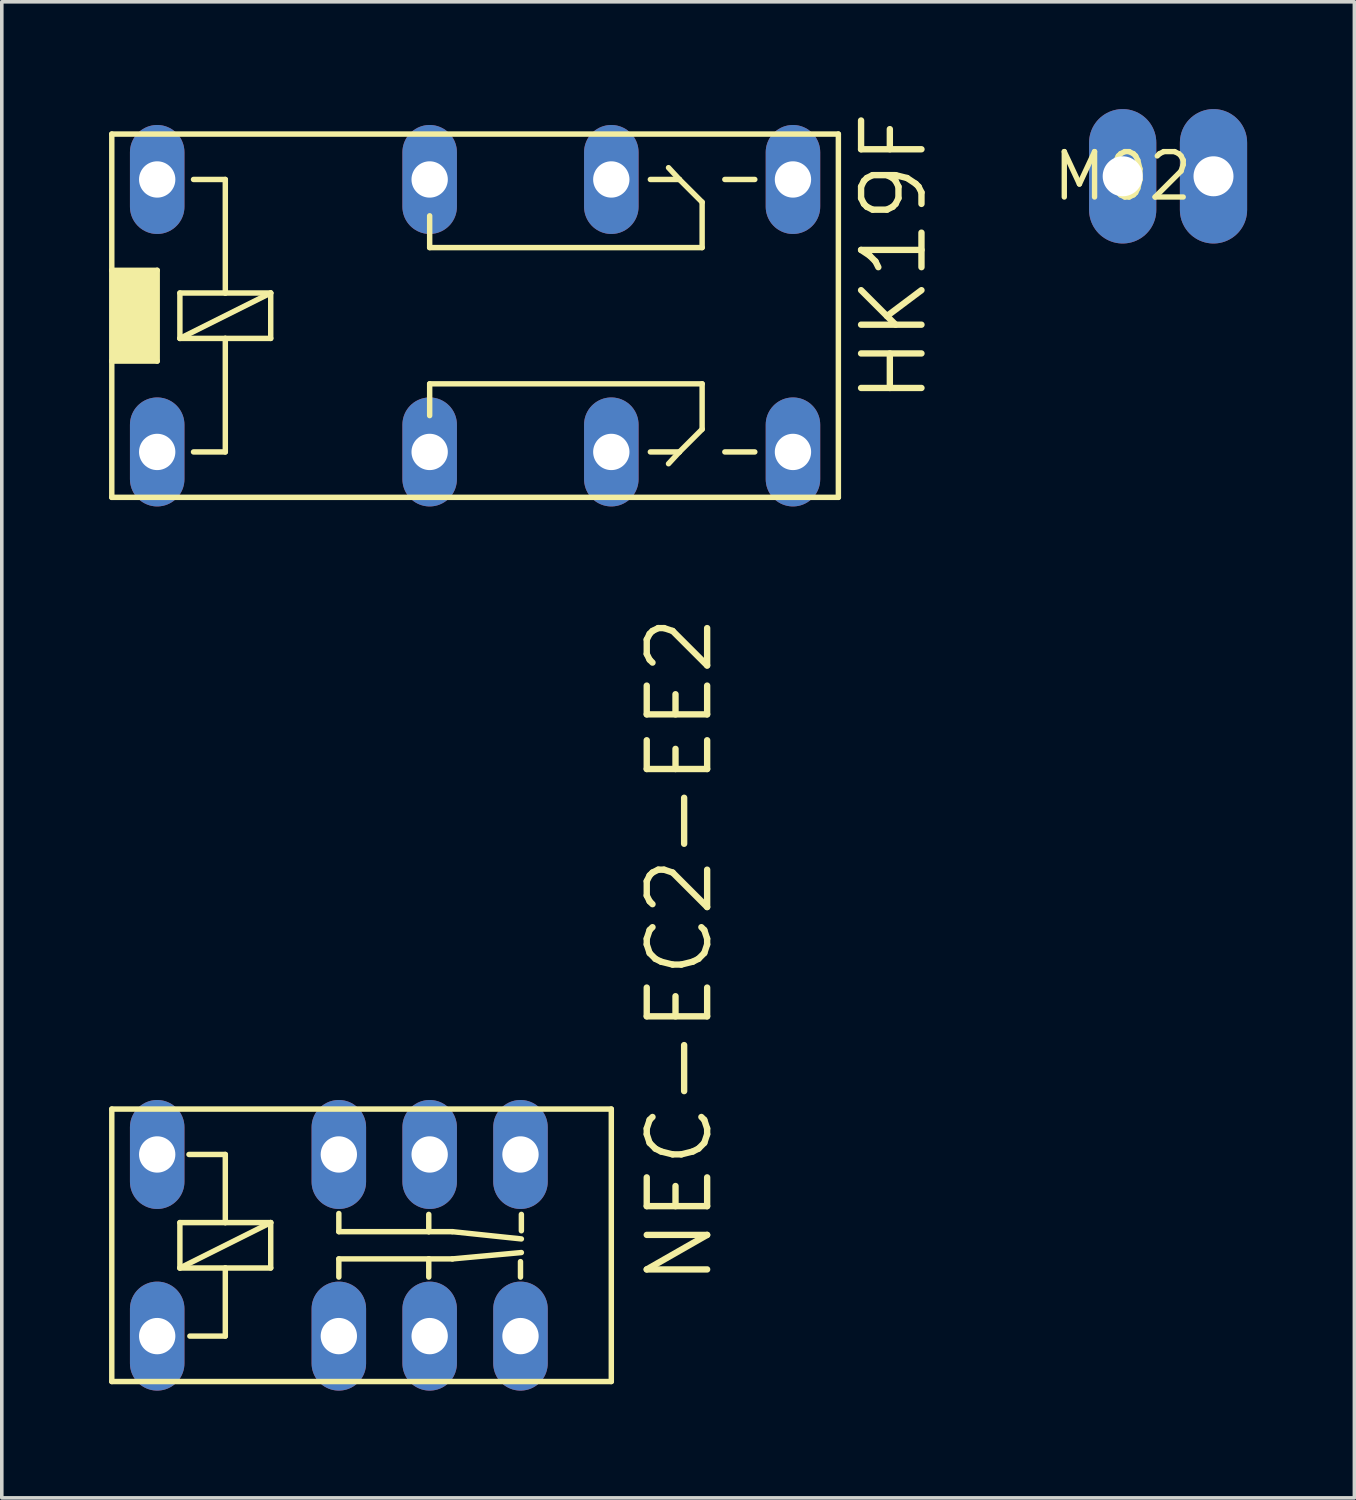
<source format=kicad_pcb>
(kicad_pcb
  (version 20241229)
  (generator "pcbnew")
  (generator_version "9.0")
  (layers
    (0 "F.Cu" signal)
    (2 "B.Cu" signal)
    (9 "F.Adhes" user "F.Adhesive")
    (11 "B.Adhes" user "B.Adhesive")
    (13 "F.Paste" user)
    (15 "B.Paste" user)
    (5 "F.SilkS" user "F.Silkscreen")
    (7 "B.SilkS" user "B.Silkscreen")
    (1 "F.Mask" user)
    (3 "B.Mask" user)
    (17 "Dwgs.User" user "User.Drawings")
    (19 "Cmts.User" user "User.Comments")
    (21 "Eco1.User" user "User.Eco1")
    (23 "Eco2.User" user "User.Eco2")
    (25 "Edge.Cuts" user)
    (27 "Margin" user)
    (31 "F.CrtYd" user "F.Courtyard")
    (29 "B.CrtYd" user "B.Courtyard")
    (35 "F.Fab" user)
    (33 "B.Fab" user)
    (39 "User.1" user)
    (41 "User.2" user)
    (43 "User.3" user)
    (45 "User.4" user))
  (footprint "HK19F"
    (layer "F.Cu")
    (at 5.156 5.779)
    (property "Reference" "HK19F" (at 17.78 2.54 90) (layer "F.SilkS") (effects (font (size 1.689 1.689) (thickness 0.178)) (justify left bottom)))
    (attr through_hole)
    (fp_line (start -5.08 -5.08) (end -5.08 -1.27) (stroke (width 0.152) (type solid)) (layer "F.SilkS"))
    (fp_line (start -5.08 -1.27) (end -5.08 1.27) (stroke (width 0.152) (type solid)) (layer "F.SilkS"))
    (fp_line (start -5.08 -1.27) (end -3.81 -1.27) (stroke (width 0.152) (type solid)) (layer "F.SilkS"))
    (fp_line (start -5.08 1.27) (end -5.08 5.08) (stroke (width 0.152) (type solid)) (layer "F.SilkS"))
    (fp_line (start -5.08 5.08) (end 15.24 5.08) (stroke (width 0.152) (type solid)) (layer "F.SilkS"))
    (fp_line (start -3.81 -1.27) (end -3.81 1.27) (stroke (width 0.152) (type solid)) (layer "F.SilkS"))
    (fp_line (start -3.81 1.27) (end -5.08 1.27) (stroke (width 0.152) (type solid)) (layer "F.SilkS"))
    (fp_line (start -3.175 -0.635) (end -3.175 0.635) (stroke (width 0.152) (type solid)) (layer "F.SilkS"))
    (fp_line (start -3.175 0.635) (end -1.905 0.635) (stroke (width 0.152) (type solid)) (layer "F.SilkS"))
    (fp_line (start -3.175 0.635) (end -0.635 -0.635) (stroke (width 0.152) (type solid)) (layer "F.SilkS"))
    (fp_line (start -2.794 -3.81) (end -1.905 -3.81) (stroke (width 0.152) (type solid)) (layer "F.SilkS"))
    (fp_line (start -1.905 -3.81) (end -1.905 -0.635) (stroke (width 0.152) (type solid)) (layer "F.SilkS"))
    (fp_line (start -1.905 -0.635) (end -3.175 -0.635) (stroke (width 0.152) (type solid)) (layer "F.SilkS"))
    (fp_line (start -1.905 0.635) (end -1.905 3.81) (stroke (width 0.152) (type solid)) (layer "F.SilkS"))
    (fp_line (start -1.905 0.635) (end -0.635 0.635) (stroke (width 0.152) (type solid)) (layer "F.SilkS"))
    (fp_line (start -1.905 3.81) (end -2.794 3.81) (stroke (width 0.152) (type solid)) (layer "F.SilkS"))
    (fp_line (start -0.635 -0.635) (end -1.905 -0.635) (stroke (width 0.152) (type solid)) (layer "F.SilkS"))
    (fp_line (start -0.635 0.635) (end -0.635 -0.635) (stroke (width 0.152) (type solid)) (layer "F.SilkS"))
    (fp_line (start 3.81 -2.794) (end 3.81 -1.905) (stroke (width 0.152) (type solid)) (layer "F.SilkS"))
    (fp_line (start 3.81 -1.905) (end 11.43 -1.905) (stroke (width 0.152) (type solid)) (layer "F.SilkS"))
    (fp_line (start 3.81 1.905) (end 11.43 1.905) (stroke (width 0.152) (type solid)) (layer "F.SilkS"))
    (fp_line (start 3.81 2.794) (end 3.81 1.905) (stroke (width 0.152) (type solid)) (layer "F.SilkS"))
    (fp_line (start 9.982 -3.81) (end 10.795 -3.81) (stroke (width 0.152) (type solid)) (layer "F.SilkS"))
    (fp_line (start 9.982 3.81) (end 10.795 3.81) (stroke (width 0.152) (type solid)) (layer "F.SilkS"))
    (fp_line (start 10.795 -3.81) (end 10.49 -4.14) (stroke (width 0.152) (type solid)) (layer "F.SilkS"))
    (fp_line (start 10.795 3.81) (end 10.49 4.14) (stroke (width 0.152) (type solid)) (layer "F.SilkS"))
    (fp_line (start 11.43 -3.175) (end 10.795 -3.81) (stroke (width 0.152) (type solid)) (layer "F.SilkS"))
    (fp_line (start 11.43 -1.905) (end 11.43 -3.175) (stroke (width 0.152) (type solid)) (layer "F.SilkS"))
    (fp_line (start 11.43 1.905) (end 11.43 3.175) (stroke (width 0.152) (type solid)) (layer "F.SilkS"))
    (fp_line (start 11.43 3.175) (end 10.795 3.81) (stroke (width 0.152) (type solid)) (layer "F.SilkS"))
    (fp_line (start 12.065 -3.81) (end 12.903 -3.81) (stroke (width 0.152) (type solid)) (layer "F.SilkS"))
    (fp_line (start 12.065 3.81) (end 12.903 3.81) (stroke (width 0.152) (type solid)) (layer "F.SilkS"))
    (fp_line (start 15.24 -5.08) (end -5.08 -5.08) (stroke (width 0.152) (type solid)) (layer "F.SilkS"))
    (fp_line (start 15.24 5.08) (end 15.24 -5.08) (stroke (width 0.152) (type solid)) (layer "F.SilkS"))
    (fp_poly (pts (xy -5.08 1.27) (xy -3.81 1.27) (xy -3.81 -1.27) (xy -5.08 -1.27)) (stroke (width 0) (type solid)) (fill yes) (layer "F.SilkS"))
    (pad "1" thru_hole oval (at -3.81 3.81 90) (size 3.048 1.524) (drill 1.016) (layers "*.Cu" "*.Mask"))
    (pad "16" thru_hole oval (at -3.81 -3.81 90) (size 3.048 1.524) (drill 1.016) (layers "*.Cu" "*.Mask"))
    (pad "O1" thru_hole oval (at 8.89 3.81 90) (size 3.048 1.524) (drill 1.016) (layers "*.Cu" "*.Mask"))
    (pad "O2" thru_hole oval (at 8.89 -3.81 90) (size 3.048 1.524) (drill 1.016) (layers "*.Cu" "*.Mask"))
    (pad "P1" thru_hole oval (at 3.81 3.81 90) (size 3.048 1.524) (drill 1.016) (layers "*.Cu" "*.Mask"))
    (pad "P2" thru_hole oval (at 3.81 -3.81 90) (size 3.048 1.524) (drill 1.016) (layers "*.Cu" "*.Mask"))
    (pad "S1" thru_hole oval (at 13.97 3.81 90) (size 3.048 1.524) (drill 1.016) (layers "*.Cu" "*.Mask"))
    (pad "S2" thru_hole oval (at 13.97 -3.81 90) (size 3.048 1.524) (drill 1.016) (layers "*.Cu" "*.Mask")))
  (footprint "NEC-EC2-EE2"
    (layer "F.Cu")
    (at 6.426 34.316)
    (property "Reference" "NEC-EC2-EE2" (at 10.516 -1.346 90) (layer "F.SilkS") (effects (font (size 1.689 1.689) (thickness 0.178)) (justify left bottom)))
    (attr through_hole)
    (fp_line (start -6.35 -6.35) (end -6.35 1.27) (stroke (width 0.152) (type solid)) (layer "F.SilkS"))
    (fp_line (start -6.35 1.27) (end 7.62 1.27) (stroke (width 0.152) (type solid)) (layer "F.SilkS"))
    (fp_line (start -4.445 -3.175) (end -4.445 -1.905) (stroke (width 0.152) (type solid)) (layer "F.SilkS"))
    (fp_line (start -4.445 -1.905) (end -3.175 -1.905) (stroke (width 0.152) (type solid)) (layer "F.SilkS"))
    (fp_line (start -4.445 -1.905) (end -1.905 -3.175) (stroke (width 0.152) (type solid)) (layer "F.SilkS"))
    (fp_line (start -4.191 -5.08) (end -3.175 -5.08) (stroke (width 0.152) (type solid)) (layer "F.SilkS"))
    (fp_line (start -3.175 -5.08) (end -3.175 -3.175) (stroke (width 0.152) (type solid)) (layer "F.SilkS"))
    (fp_line (start -3.175 -3.175) (end -4.445 -3.175) (stroke (width 0.152) (type solid)) (layer "F.SilkS"))
    (fp_line (start -3.175 -1.905) (end -3.175 0) (stroke (width 0.152) (type solid)) (layer "F.SilkS"))
    (fp_line (start -3.175 -1.905) (end -1.905 -1.905) (stroke (width 0.152) (type solid)) (layer "F.SilkS"))
    (fp_line (start -3.175 0) (end -4.166 0) (stroke (width 0.152) (type solid)) (layer "F.SilkS"))
    (fp_line (start -1.905 -3.175) (end -3.175 -3.175) (stroke (width 0.152) (type solid)) (layer "F.SilkS"))
    (fp_line (start -1.905 -1.905) (end -1.905 -3.175) (stroke (width 0.152) (type solid)) (layer "F.SilkS"))
    (fp_line (start 0 -3.429) (end 0 -2.921) (stroke (width 0.152) (type solid)) (layer "F.SilkS"))
    (fp_line (start 0 -2.921) (end 2.515 -2.921) (stroke (width 0.152) (type solid)) (layer "F.SilkS"))
    (fp_line (start 0 -2.159) (end 0 -1.651) (stroke (width 0.152) (type solid)) (layer "F.SilkS"))
    (fp_line (start 0 -2.159) (end 2.515 -2.159) (stroke (width 0.152) (type solid)) (layer "F.SilkS"))
    (fp_line (start 2.515 -3.404) (end 2.515 -2.921) (stroke (width 0.152) (type solid)) (layer "F.SilkS"))
    (fp_line (start 2.515 -2.921) (end 3.175 -2.921) (stroke (width 0.152) (type solid)) (layer "F.SilkS"))
    (fp_line (start 2.515 -2.159) (end 2.515 -1.651) (stroke (width 0.152) (type solid)) (layer "F.SilkS"))
    (fp_line (start 2.515 -2.159) (end 3.175 -2.159) (stroke (width 0.152) (type solid)) (layer "F.SilkS"))
    (fp_line (start 5.08 -2.083) (end 5.08 -1.651) (stroke (width 0.152) (type solid)) (layer "F.SilkS"))
    (fp_line (start 5.105 -3.404) (end 5.105 -2.946) (stroke (width 0.152) (type solid)) (layer "F.SilkS"))
    (fp_line (start 5.105 -2.718) (end 3.175 -2.921) (stroke (width 0.152) (type solid)) (layer "F.SilkS"))
    (fp_line (start 5.105 -2.337) (end 3.175 -2.159) (stroke (width 0.152) (type solid)) (layer "F.SilkS"))
    (fp_line (start 7.62 -6.35) (end -6.35 -6.35) (stroke (width 0.152) (type solid)) (layer "F.SilkS"))
    (fp_line (start 7.62 1.27) (end 7.62 -6.35) (stroke (width 0.152) (type solid)) (layer "F.SilkS"))
    (pad "1" thru_hole oval (at -5.08 0 90) (size 3.048 1.524) (drill 1.016) (layers "*.Cu" "*.Mask"))
    (pad "16" thru_hole oval (at -5.08 -5.08 90) (size 3.048 1.524) (drill 1.016) (layers "*.Cu" "*.Mask"))
    (pad "O1" thru_hole oval (at 0 0 90) (size 3.048 1.524) (drill 1.016) (layers "*.Cu" "*.Mask"))
    (pad "O2" thru_hole oval (at 0 -5.08 90) (size 3.048 1.524) (drill 1.016) (layers "*.Cu" "*.Mask"))
    (pad "P1" thru_hole oval (at 2.54 0 90) (size 3.048 1.524) (drill 1.016) (layers "*.Cu" "*.Mask"))
    (pad "P2" thru_hole oval (at 2.54 -5.08 90) (size 3.048 1.524) (drill 1.016) (layers "*.Cu" "*.Mask"))
    (pad "S1" thru_hole oval (at 5.08 0 90) (size 3.048 1.524) (drill 1.016) (layers "*.Cu" "*.Mask"))
    (pad "S2" thru_hole oval (at 5.08 -5.08 90) (size 3.048 1.524) (drill 1.016) (layers "*.Cu" "*.Mask")))
  (footprint "M02"
    (layer "F.Cu")
    (at 28.347 1.88)
    (property "Reference" "M02" (at 0 0 0) (layer "F.SilkS") (effects (font (size 1.27 1.27) (thickness 0.15))))
    (attr through_hole)
    (pad "1" thru_hole oval (at 0 0 90) (size 3.759 1.88) (drill 1.118) (layers "*.Cu" "*.Mask"))
    (pad "2" thru_hole oval (at 2.54 0 90) (size 3.759 1.88) (drill 1.118) (layers "*.Cu" "*.Mask")))
  (gr_rect
    (start -3 -3)
    (end 34.827 38.84)
    (stroke (width 0.1) (type default))
    (fill no)
    (layer "Edge.Cuts")))
</source>
